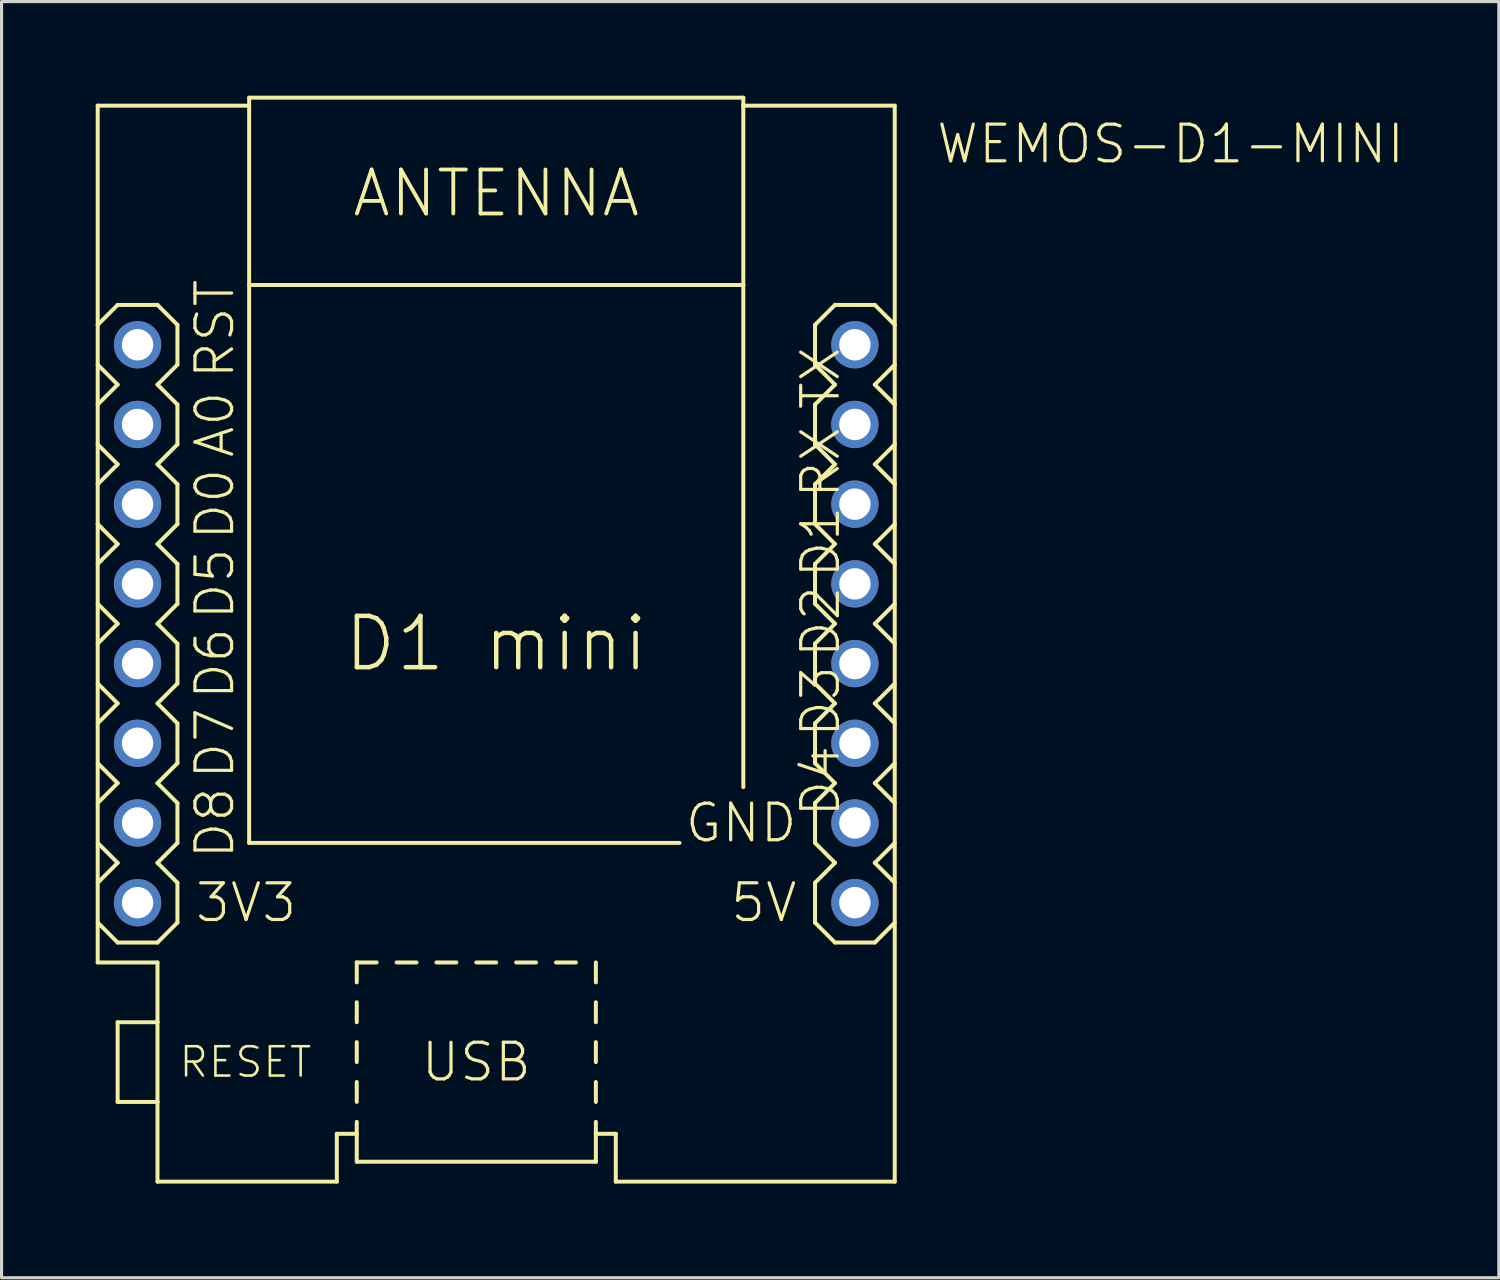
<source format=kicad_pcb>
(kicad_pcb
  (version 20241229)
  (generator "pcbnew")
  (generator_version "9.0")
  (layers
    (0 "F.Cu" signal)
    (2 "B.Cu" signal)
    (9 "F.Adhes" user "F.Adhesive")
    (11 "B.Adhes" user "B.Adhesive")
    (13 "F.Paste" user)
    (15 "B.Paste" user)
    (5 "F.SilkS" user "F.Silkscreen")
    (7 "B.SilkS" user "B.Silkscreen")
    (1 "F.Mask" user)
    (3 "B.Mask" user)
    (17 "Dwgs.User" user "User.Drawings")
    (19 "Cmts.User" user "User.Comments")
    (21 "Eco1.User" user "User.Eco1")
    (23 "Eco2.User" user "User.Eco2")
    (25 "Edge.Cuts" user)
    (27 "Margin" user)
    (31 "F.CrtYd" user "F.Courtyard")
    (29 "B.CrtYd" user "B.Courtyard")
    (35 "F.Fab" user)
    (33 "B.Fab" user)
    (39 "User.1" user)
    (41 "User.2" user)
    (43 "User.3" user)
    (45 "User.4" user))
  (footprint "WEMOS-D1-MINI"
    (layer "F.Cu")
    (at 12.764 17.462)
    (property "Reference" "WEMOS-D1-MINI" (at 13.97 -15.24 0) (layer "F.SilkS") (effects (font (size 1.168 1.168) (thickness 0.102)) (justify left bottom)))
    (fp_line (start -12.7 -17.145) (end -7.874 -17.145) (stroke (width 0.127) (type solid)) (layer "F.SilkS"))
    (fp_line (start -12.7 -10.16) (end -12.7 -17.145) (stroke (width 0.127) (type solid)) (layer "F.SilkS"))
    (fp_line (start -12.7 -10.16) (end -12.065 -10.795) (stroke (width 0.127) (type solid)) (layer "F.SilkS"))
    (fp_line (start -12.7 -8.89) (end -12.7 -10.16) (stroke (width 0.127) (type solid)) (layer "F.SilkS"))
    (fp_line (start -12.7 -7.62) (end -12.7 -8.89) (stroke (width 0.127) (type solid)) (layer "F.SilkS"))
    (fp_line (start -12.7 -7.62) (end -12.065 -8.255) (stroke (width 0.127) (type solid)) (layer "F.SilkS"))
    (fp_line (start -12.7 -6.35) (end -12.7 -7.62) (stroke (width 0.127) (type solid)) (layer "F.SilkS"))
    (fp_line (start -12.7 -5.08) (end -12.7 -6.35) (stroke (width 0.127) (type solid)) (layer "F.SilkS"))
    (fp_line (start -12.7 -5.08) (end -12.065 -5.715) (stroke (width 0.127) (type solid)) (layer "F.SilkS"))
    (fp_line (start -12.7 -3.81) (end -12.7 -5.08) (stroke (width 0.127) (type solid)) (layer "F.SilkS"))
    (fp_line (start -12.7 -3.81) (end -12.7 10.16) (stroke (width 0.127) (type solid)) (layer "F.SilkS"))
    (fp_line (start -12.7 -2.54) (end -12.065 -3.175) (stroke (width 0.127) (type solid)) (layer "F.SilkS"))
    (fp_line (start -12.7 -1.27) (end -12.065 -0.635) (stroke (width 0.127) (type solid)) (layer "F.SilkS"))
    (fp_line (start -12.7 1.27) (end -12.065 1.905) (stroke (width 0.127) (type solid)) (layer "F.SilkS"))
    (fp_line (start -12.7 3.81) (end -12.065 4.445) (stroke (width 0.127) (type solid)) (layer "F.SilkS"))
    (fp_line (start -12.7 6.35) (end -12.065 6.985) (stroke (width 0.127) (type solid)) (layer "F.SilkS"))
    (fp_line (start -12.7 8.89) (end -12.065 9.525) (stroke (width 0.127) (type solid)) (layer "F.SilkS"))
    (fp_line (start -12.7 10.16) (end -10.795 10.16) (stroke (width 0.127) (type solid)) (layer "F.SilkS"))
    (fp_line (start -12.065 -10.795) (end -10.795 -10.795) (stroke (width 0.127) (type solid)) (layer "F.SilkS"))
    (fp_line (start -12.065 -8.255) (end -12.7 -8.89) (stroke (width 0.127) (type solid)) (layer "F.SilkS"))
    (fp_line (start -12.065 -5.715) (end -12.7 -6.35) (stroke (width 0.127) (type solid)) (layer "F.SilkS"))
    (fp_line (start -12.065 -3.175) (end -12.7 -3.81) (stroke (width 0.127) (type solid)) (layer "F.SilkS"))
    (fp_line (start -12.065 -0.635) (end -12.7 0) (stroke (width 0.127) (type solid)) (layer "F.SilkS"))
    (fp_line (start -12.065 1.905) (end -12.7 2.54) (stroke (width 0.127) (type solid)) (layer "F.SilkS"))
    (fp_line (start -12.065 4.445) (end -12.7 5.08) (stroke (width 0.127) (type solid)) (layer "F.SilkS"))
    (fp_line (start -12.065 6.985) (end -12.7 7.62) (stroke (width 0.127) (type solid)) (layer "F.SilkS"))
    (fp_line (start -12.065 9.525) (end -10.795 9.525) (stroke (width 0.127) (type solid)) (layer "F.SilkS"))
    (fp_line (start -12.065 12.065) (end -12.065 14.605) (stroke (width 0.127) (type solid)) (layer "F.SilkS"))
    (fp_line (start -12.065 14.605) (end -10.795 14.605) (stroke (width 0.127) (type solid)) (layer "F.SilkS"))
    (fp_line (start -10.795 -10.795) (end -10.16 -10.16) (stroke (width 0.127) (type solid)) (layer "F.SilkS"))
    (fp_line (start -10.795 -8.255) (end -10.16 -7.62) (stroke (width 0.127) (type solid)) (layer "F.SilkS"))
    (fp_line (start -10.795 -5.715) (end -10.16 -5.08) (stroke (width 0.127) (type solid)) (layer "F.SilkS"))
    (fp_line (start -10.795 -3.175) (end -10.16 -2.54) (stroke (width 0.127) (type solid)) (layer "F.SilkS"))
    (fp_line (start -10.795 -0.635) (end -10.16 0) (stroke (width 0.127) (type solid)) (layer "F.SilkS"))
    (fp_line (start -10.795 1.905) (end -10.16 2.54) (stroke (width 0.127) (type solid)) (layer "F.SilkS"))
    (fp_line (start -10.795 4.445) (end -10.16 5.08) (stroke (width 0.127) (type solid)) (layer "F.SilkS"))
    (fp_line (start -10.795 9.525) (end -10.16 8.89) (stroke (width 0.127) (type solid)) (layer "F.SilkS"))
    (fp_line (start -10.795 10.16) (end -10.795 12.065) (stroke (width 0.127) (type solid)) (layer "F.SilkS"))
    (fp_line (start -10.795 12.065) (end -12.065 12.065) (stroke (width 0.127) (type solid)) (layer "F.SilkS"))
    (fp_line (start -10.795 12.065) (end -10.795 14.605) (stroke (width 0.127) (type solid)) (layer "F.SilkS"))
    (fp_line (start -10.795 14.605) (end -10.795 17.145) (stroke (width 0.127) (type solid)) (layer "F.SilkS"))
    (fp_line (start -10.795 17.145) (end -5.08 17.145) (stroke (width 0.127) (type solid)) (layer "F.SilkS"))
    (fp_line (start -10.16 -10.16) (end -10.16 -8.89) (stroke (width 0.127) (type solid)) (layer "F.SilkS"))
    (fp_line (start -10.16 -8.89) (end -10.795 -8.255) (stroke (width 0.127) (type solid)) (layer "F.SilkS"))
    (fp_line (start -10.16 -7.62) (end -10.16 -6.35) (stroke (width 0.127) (type solid)) (layer "F.SilkS"))
    (fp_line (start -10.16 -6.35) (end -10.795 -5.715) (stroke (width 0.127) (type solid)) (layer "F.SilkS"))
    (fp_line (start -10.16 -5.08) (end -10.16 -3.81) (stroke (width 0.127) (type solid)) (layer "F.SilkS"))
    (fp_line (start -10.16 -3.81) (end -10.795 -3.175) (stroke (width 0.127) (type solid)) (layer "F.SilkS"))
    (fp_line (start -10.16 -2.54) (end -10.16 -1.27) (stroke (width 0.127) (type solid)) (layer "F.SilkS"))
    (fp_line (start -10.16 -1.27) (end -10.795 -0.635) (stroke (width 0.127) (type solid)) (layer "F.SilkS"))
    (fp_line (start -10.16 0) (end -10.16 1.27) (stroke (width 0.127) (type solid)) (layer "F.SilkS"))
    (fp_line (start -10.16 1.27) (end -10.795 1.905) (stroke (width 0.127) (type solid)) (layer "F.SilkS"))
    (fp_line (start -10.16 2.54) (end -10.16 3.81) (stroke (width 0.127) (type solid)) (layer "F.SilkS"))
    (fp_line (start -10.16 3.81) (end -10.795 4.445) (stroke (width 0.127) (type solid)) (layer "F.SilkS"))
    (fp_line (start -10.16 5.08) (end -10.16 6.35) (stroke (width 0.127) (type solid)) (layer "F.SilkS"))
    (fp_line (start -10.16 6.35) (end -10.795 6.985) (stroke (width 0.127) (type solid)) (layer "F.SilkS"))
    (fp_line (start -10.16 7.62) (end -10.795 6.985) (stroke (width 0.127) (type solid)) (layer "F.SilkS"))
    (fp_line (start -10.16 8.89) (end -10.16 7.62) (stroke (width 0.127) (type solid)) (layer "F.SilkS"))
    (fp_line (start -7.874 -17.399) (end -7.874 -17.145) (stroke (width 0.127) (type solid)) (layer "F.SilkS"))
    (fp_line (start -7.874 -17.399) (end 7.874 -17.399) (stroke (width 0.127) (type solid)) (layer "F.SilkS"))
    (fp_line (start -7.874 -17.145) (end -7.874 -11.43) (stroke (width 0.127) (type solid)) (layer "F.SilkS"))
    (fp_line (start -7.874 -11.43) (end -7.874 6.35) (stroke (width 0.127) (type solid)) (layer "F.SilkS"))
    (fp_line (start -7.874 -11.43) (end 7.874 -11.43) (stroke (width 0.127) (type solid)) (layer "F.SilkS"))
    (fp_line (start -7.874 6.35) (end 5.842 6.35) (stroke (width 0.127) (type solid)) (layer "F.SilkS"))
    (fp_line (start -5.08 15.621) (end -4.445 15.621) (stroke (width 0.127) (type solid)) (layer "F.SilkS"))
    (fp_line (start -5.08 17.145) (end -5.08 15.621) (stroke (width 0.127) (type solid)) (layer "F.SilkS"))
    (fp_line (start -4.445 10.16) (end -4.445 10.795) (stroke (width 0.127) (type solid)) (layer "F.SilkS"))
    (fp_line (start -4.445 10.16) (end -3.81 10.16) (stroke (width 0.127) (type solid)) (layer "F.SilkS"))
    (fp_line (start -4.445 11.43) (end -4.445 12.065) (stroke (width 0.127) (type solid)) (layer "F.SilkS"))
    (fp_line (start -4.445 12.7) (end -4.445 13.335) (stroke (width 0.127) (type solid)) (layer "F.SilkS"))
    (fp_line (start -4.445 13.97) (end -4.445 14.605) (stroke (width 0.127) (type solid)) (layer "F.SilkS"))
    (fp_line (start -4.445 15.24) (end -4.445 15.621) (stroke (width 0.127) (type solid)) (layer "F.SilkS"))
    (fp_line (start -4.445 15.621) (end -4.445 16.51) (stroke (width 0.127) (type solid)) (layer "F.SilkS"))
    (fp_line (start -4.445 16.51) (end 3.175 16.51) (stroke (width 0.127) (type solid)) (layer "F.SilkS"))
    (fp_line (start -3.175 10.16) (end -2.54 10.16) (stroke (width 0.127) (type solid)) (layer "F.SilkS"))
    (fp_line (start -1.905 10.16) (end -1.27 10.16) (stroke (width 0.127) (type solid)) (layer "F.SilkS"))
    (fp_line (start -0.635 10.16) (end 0 10.16) (stroke (width 0.127) (type solid)) (layer "F.SilkS"))
    (fp_line (start 0.635 10.16) (end 1.27 10.16) (stroke (width 0.127) (type solid)) (layer "F.SilkS"))
    (fp_line (start 1.905 10.16) (end 2.54 10.16) (stroke (width 0.127) (type solid)) (layer "F.SilkS"))
    (fp_line (start 3.175 10.16) (end 3.175 10.795) (stroke (width 0.127) (type solid)) (layer "F.SilkS"))
    (fp_line (start 3.175 11.43) (end 3.175 12.065) (stroke (width 0.127) (type solid)) (layer "F.SilkS"))
    (fp_line (start 3.175 12.7) (end 3.175 13.335) (stroke (width 0.127) (type solid)) (layer "F.SilkS"))
    (fp_line (start 3.175 13.97) (end 3.175 14.605) (stroke (width 0.127) (type solid)) (layer "F.SilkS"))
    (fp_line (start 3.175 15.24) (end 3.175 15.621) (stroke (width 0.127) (type solid)) (layer "F.SilkS"))
    (fp_line (start 3.175 16.51) (end 3.175 15.621) (stroke (width 0.127) (type solid)) (layer "F.SilkS"))
    (fp_line (start 3.81 15.621) (end 3.175 15.621) (stroke (width 0.127) (type solid)) (layer "F.SilkS"))
    (fp_line (start 3.81 15.621) (end 3.81 17.145) (stroke (width 0.127) (type solid)) (layer "F.SilkS"))
    (fp_line (start 3.81 17.145) (end 12.7 17.145) (stroke (width 0.127) (type solid)) (layer "F.SilkS"))
    (fp_line (start 7.874 -17.399) (end 7.874 -17.145) (stroke (width 0.127) (type solid)) (layer "F.SilkS"))
    (fp_line (start 7.874 -17.145) (end 12.7 -17.145) (stroke (width 0.127) (type solid)) (layer "F.SilkS"))
    (fp_line (start 7.874 -11.43) (end 7.874 -17.145) (stroke (width 0.127) (type solid)) (layer "F.SilkS"))
    (fp_line (start 7.874 -11.43) (end 7.874 4.572) (stroke (width 0.127) (type solid)) (layer "F.SilkS"))
    (fp_line (start 10.16 -10.16) (end 10.795 -10.795) (stroke (width 0.127) (type solid)) (layer "F.SilkS"))
    (fp_line (start 10.16 -8.89) (end 10.16 -10.16) (stroke (width 0.127) (type solid)) (layer "F.SilkS"))
    (fp_line (start 10.16 -7.62) (end 10.795 -8.255) (stroke (width 0.127) (type solid)) (layer "F.SilkS"))
    (fp_line (start 10.16 -6.35) (end 10.16 -7.62) (stroke (width 0.127) (type solid)) (layer "F.SilkS"))
    (fp_line (start 10.16 -5.08) (end 10.795 -5.715) (stroke (width 0.127) (type solid)) (layer "F.SilkS"))
    (fp_line (start 10.16 -3.81) (end 10.16 -5.08) (stroke (width 0.127) (type solid)) (layer "F.SilkS"))
    (fp_line (start 10.16 -2.54) (end 10.16 -1.27) (stroke (width 0.127) (type solid)) (layer "F.SilkS"))
    (fp_line (start 10.16 -2.54) (end 10.795 -3.175) (stroke (width 0.127) (type solid)) (layer "F.SilkS"))
    (fp_line (start 10.16 -1.27) (end 10.795 -0.635) (stroke (width 0.127) (type solid)) (layer "F.SilkS"))
    (fp_line (start 10.16 0) (end 10.16 1.27) (stroke (width 0.127) (type solid)) (layer "F.SilkS"))
    (fp_line (start 10.16 1.27) (end 10.795 1.905) (stroke (width 0.127) (type solid)) (layer "F.SilkS"))
    (fp_line (start 10.16 3.81) (end 10.16 2.54) (stroke (width 0.127) (type solid)) (layer "F.SilkS"))
    (fp_line (start 10.16 3.81) (end 10.795 4.445) (stroke (width 0.127) (type solid)) (layer "F.SilkS"))
    (fp_line (start 10.16 6.35) (end 10.16 5.08) (stroke (width 0.127) (type solid)) (layer "F.SilkS"))
    (fp_line (start 10.16 6.35) (end 10.795 6.985) (stroke (width 0.127) (type solid)) (layer "F.SilkS"))
    (fp_line (start 10.16 7.62) (end 10.16 8.89) (stroke (width 0.127) (type solid)) (layer "F.SilkS"))
    (fp_line (start 10.16 8.89) (end 10.795 9.525) (stroke (width 0.127) (type solid)) (layer "F.SilkS"))
    (fp_line (start 10.795 -10.795) (end 12.065 -10.795) (stroke (width 0.127) (type solid)) (layer "F.SilkS"))
    (fp_line (start 10.795 -8.255) (end 10.16 -8.89) (stroke (width 0.127) (type solid)) (layer "F.SilkS"))
    (fp_line (start 10.795 -5.715) (end 10.16 -6.35) (stroke (width 0.127) (type solid)) (layer "F.SilkS"))
    (fp_line (start 10.795 -3.175) (end 10.16 -3.81) (stroke (width 0.127) (type solid)) (layer "F.SilkS"))
    (fp_line (start 10.795 -0.635) (end 10.16 0) (stroke (width 0.127) (type solid)) (layer "F.SilkS"))
    (fp_line (start 10.795 1.905) (end 10.16 2.54) (stroke (width 0.127) (type solid)) (layer "F.SilkS"))
    (fp_line (start 10.795 4.445) (end 10.16 5.08) (stroke (width 0.127) (type solid)) (layer "F.SilkS"))
    (fp_line (start 10.795 6.985) (end 10.16 7.62) (stroke (width 0.127) (type solid)) (layer "F.SilkS"))
    (fp_line (start 10.795 9.525) (end 12.065 9.525) (stroke (width 0.127) (type solid)) (layer "F.SilkS"))
    (fp_line (start 12.065 -10.795) (end 12.7 -10.16) (stroke (width 0.127) (type solid)) (layer "F.SilkS"))
    (fp_line (start 12.065 -8.255) (end 12.7 -7.62) (stroke (width 0.127) (type solid)) (layer "F.SilkS"))
    (fp_line (start 12.065 -5.715) (end 12.7 -5.08) (stroke (width 0.127) (type solid)) (layer "F.SilkS"))
    (fp_line (start 12.065 -3.175) (end 12.7 -2.54) (stroke (width 0.127) (type solid)) (layer "F.SilkS"))
    (fp_line (start 12.065 -0.635) (end 12.7 0) (stroke (width 0.127) (type solid)) (layer "F.SilkS"))
    (fp_line (start 12.065 1.905) (end 12.7 2.54) (stroke (width 0.127) (type solid)) (layer "F.SilkS"))
    (fp_line (start 12.065 4.445) (end 12.7 5.08) (stroke (width 0.127) (type solid)) (layer "F.SilkS"))
    (fp_line (start 12.065 9.525) (end 12.7 8.89) (stroke (width 0.127) (type solid)) (layer "F.SilkS"))
    (fp_line (start 12.7 -17.145) (end 12.7 -10.16) (stroke (width 0.127) (type solid)) (layer "F.SilkS"))
    (fp_line (start 12.7 -10.16) (end 12.7 -8.89) (stroke (width 0.127) (type solid)) (layer "F.SilkS"))
    (fp_line (start 12.7 -8.89) (end 12.065 -8.255) (stroke (width 0.127) (type solid)) (layer "F.SilkS"))
    (fp_line (start 12.7 -8.89) (end 12.7 -7.62) (stroke (width 0.127) (type solid)) (layer "F.SilkS"))
    (fp_line (start 12.7 -7.62) (end 12.7 -6.35) (stroke (width 0.127) (type solid)) (layer "F.SilkS"))
    (fp_line (start 12.7 -6.35) (end 12.065 -5.715) (stroke (width 0.127) (type solid)) (layer "F.SilkS"))
    (fp_line (start 12.7 -6.35) (end 12.7 -5.08) (stroke (width 0.127) (type solid)) (layer "F.SilkS"))
    (fp_line (start 12.7 -5.08) (end 12.7 -3.81) (stroke (width 0.127) (type solid)) (layer "F.SilkS"))
    (fp_line (start 12.7 -3.81) (end 12.065 -3.175) (stroke (width 0.127) (type solid)) (layer "F.SilkS"))
    (fp_line (start 12.7 -3.81) (end 12.7 17.145) (stroke (width 0.127) (type solid)) (layer "F.SilkS"))
    (fp_line (start 12.7 -1.27) (end 12.065 -0.635) (stroke (width 0.127) (type solid)) (layer "F.SilkS"))
    (fp_line (start 12.7 1.27) (end 12.065 1.905) (stroke (width 0.127) (type solid)) (layer "F.SilkS"))
    (fp_line (start 12.7 3.81) (end 12.065 4.445) (stroke (width 0.127) (type solid)) (layer "F.SilkS"))
    (fp_line (start 12.7 6.35) (end 12.065 6.985) (stroke (width 0.127) (type solid)) (layer "F.SilkS"))
    (fp_line (start 12.7 7.62) (end 12.065 6.985) (stroke (width 0.127) (type solid)) (layer "F.SilkS"))
    (fp_text user "RST" (at -9.652 -10.033 90) (layer "F.SilkS") (effects (font (size 1.168 1.168) (thickness 0.102)) (justify top)))
    (fp_text user "3V3" (at -9.652 8.255 0) (layer "F.SilkS") (effects (font (size 1.168 1.168) (thickness 0.102)) (justify left)))
    (fp_text user "RX" (at 9.652 -6.985 90) (layer "F.SilkS") (effects (font (size 1.168 1.168) (thickness 0.102)) (justify right top)))
    (fp_text user "D0" (at -9.652 -4.445 90) (layer "F.SilkS") (effects (font (size 1.168 1.168) (thickness 0.102)) (justify top)))
    (fp_text user "D7" (at -9.652 3.175 90) (layer "F.SilkS") (effects (font (size 1.168 1.168) (thickness 0.102)) (justify top)))
    (fp_text user "ANTENNA" (at 0 -14.351 0) (layer "F.SilkS") (effects (font (size 1.402 1.402) (thickness 0.122))))
    (fp_text user "D2" (at 9.652 -1.905 90) (layer "F.SilkS") (effects (font (size 1.168 1.168) (thickness 0.102)) (justify right top)))
    (fp_text user "A0" (at -9.652 -6.985 90) (layer "F.SilkS") (effects (font (size 1.168 1.168) (thickness 0.102)) (justify top)))
    (fp_text user "TX" (at 9.652 -9.525 90) (layer "F.SilkS") (effects (font (size 1.168 1.168) (thickness 0.102)) (justify right top)))
    (fp_text user "D8" (at -9.652 5.715 90) (layer "F.SilkS") (effects (font (size 1.168 1.168) (thickness 0.102)) (justify top)))
    (fp_text user "GND" (at 9.652 5.715 0) (layer "F.SilkS") (effects (font (size 1.168 1.168) (thickness 0.102)) (justify right)))
    (fp_text user "D6" (at -9.652 0.635 90) (layer "F.SilkS") (effects (font (size 1.168 1.168) (thickness 0.102)) (justify top)))
    (fp_text user "D1" (at 9.652 -4.445 90) (layer "F.SilkS") (effects (font (size 1.168 1.168) (thickness 0.102)) (justify right top)))
    (fp_text user "USB" (at -0.635 13.335 0) (layer "F.SilkS") (effects (font (size 1.168 1.168) (thickness 0.102))))
    (fp_text user "D4" (at 9.652 3.175 90) (layer "F.SilkS") (effects (font (size 1.168 1.168) (thickness 0.102)) (justify right top)))
    (fp_text user "D5" (at -9.652 -1.905 90) (layer "F.SilkS") (effects (font (size 1.168 1.168) (thickness 0.102)) (justify top)))
    (fp_text user "D1 mini" (at 0 0 0) (layer "F.SilkS") (effects (font (size 1.636 1.636) (thickness 0.142))))
    (fp_text user "5V" (at 9.652 8.255 0) (layer "F.SilkS") (effects (font (size 1.168 1.168) (thickness 0.102)) (justify right)))
    (fp_text user "D3" (at 9.652 0.635 90) (layer "F.SilkS") (effects (font (size 1.168 1.168) (thickness 0.102)) (justify right top)))
    (fp_text user "RESET" (at -10.16 13.335 0) (layer "F.SilkS") (effects (font (size 0.935 0.935) (thickness 0.081)) (justify left)))
    (pad "JP1.1" thru_hole circle (at -11.43 -9.525) (size 1.508 1.508) (drill 1) (layers "*.Cu" "*.Mask"))
    (pad "JP1.2" thru_hole circle (at -11.43 -6.985) (size 1.508 1.508) (drill 1) (layers "*.Cu" "*.Mask"))
    (pad "JP1.3" thru_hole circle (at -11.43 -4.445) (size 1.508 1.508) (drill 1) (layers "*.Cu" "*.Mask"))
    (pad "JP1.4" thru_hole circle (at -11.43 -1.905) (size 1.508 1.508) (drill 1) (layers "*.Cu" "*.Mask"))
    (pad "JP1.5" thru_hole circle (at -11.43 0.635) (size 1.508 1.508) (drill 1) (layers "*.Cu" "*.Mask"))
    (pad "JP1.6" thru_hole circle (at -11.43 3.175) (size 1.508 1.508) (drill 1) (layers "*.Cu" "*.Mask"))
    (pad "JP1.7" thru_hole circle (at -11.43 5.715) (size 1.508 1.508) (drill 1) (layers "*.Cu" "*.Mask"))
    (pad "JP1.8" thru_hole circle (at -11.43 8.255) (size 1.508 1.508) (drill 1) (layers "*.Cu" "*.Mask"))
    (pad "JP2.1" thru_hole circle (at 11.43 -9.525) (size 1.508 1.508) (drill 1) (layers "*.Cu" "*.Mask"))
    (pad "JP2.2" thru_hole circle (at 11.43 -6.985) (size 1.508 1.508) (drill 1) (layers "*.Cu" "*.Mask"))
    (pad "JP2.3" thru_hole circle (at 11.43 -4.445) (size 1.508 1.508) (drill 1) (layers "*.Cu" "*.Mask"))
    (pad "JP2.4" thru_hole circle (at 11.43 -1.905) (size 1.508 1.508) (drill 1) (layers "*.Cu" "*.Mask"))
    (pad "JP2.5" thru_hole circle (at 11.43 0.635) (size 1.508 1.508) (drill 1) (layers "*.Cu" "*.Mask"))
    (pad "JP2.6" thru_hole circle (at 11.43 3.175) (size 1.508 1.508) (drill 1) (layers "*.Cu" "*.Mask"))
    (pad "JP2.7" thru_hole circle (at 11.43 5.715) (size 1.508 1.508) (drill 1) (layers "*.Cu" "*.Mask"))
    (pad "JP2.8" thru_hole circle (at 11.43 8.255) (size 1.508 1.508) (drill 1) (layers "*.Cu" "*.Mask")))
  (gr_rect
    (start -3 -3)
    (end 44.716 37.671)
    (stroke (width 0.1) (type default))
    (fill no)
    (layer "Edge.Cuts")))
</source>
